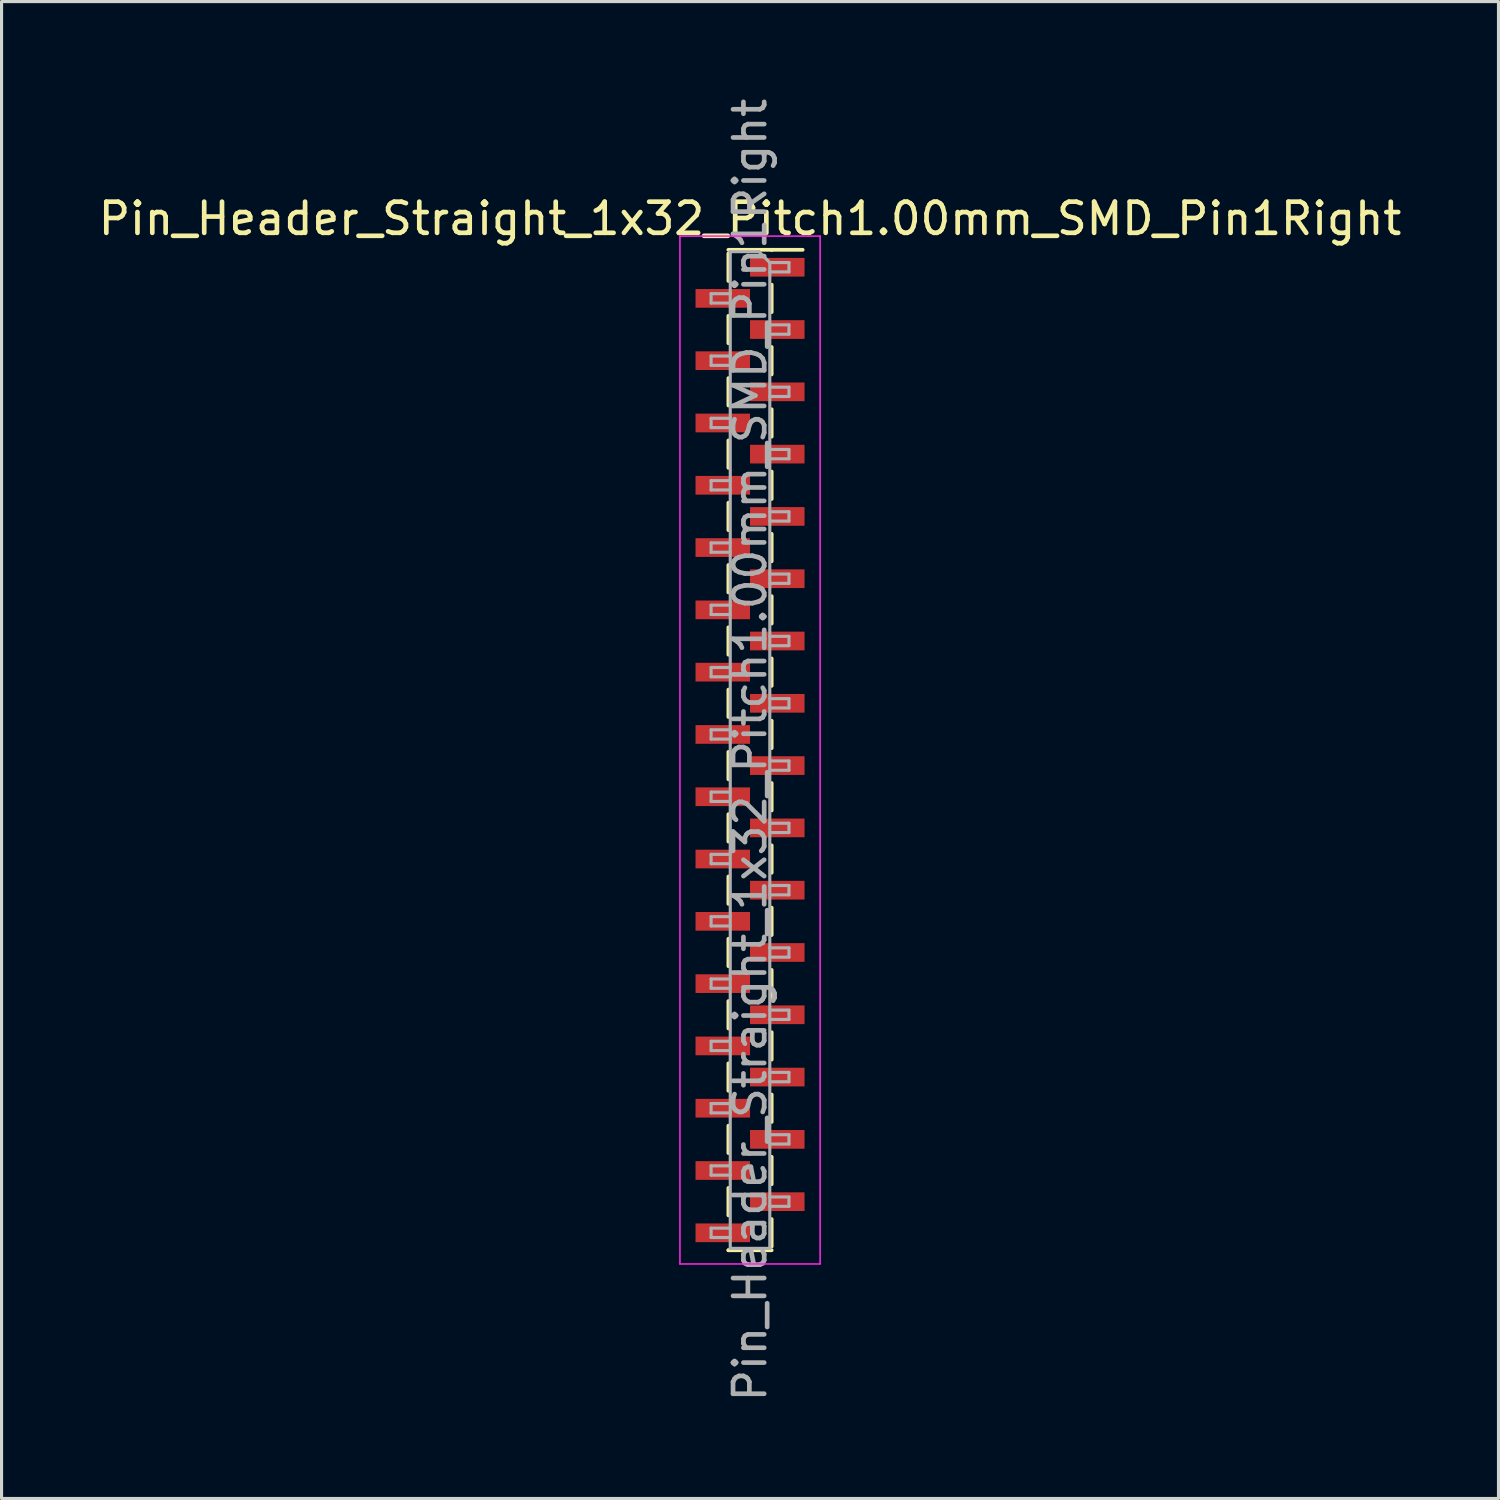
<source format=kicad_pcb>
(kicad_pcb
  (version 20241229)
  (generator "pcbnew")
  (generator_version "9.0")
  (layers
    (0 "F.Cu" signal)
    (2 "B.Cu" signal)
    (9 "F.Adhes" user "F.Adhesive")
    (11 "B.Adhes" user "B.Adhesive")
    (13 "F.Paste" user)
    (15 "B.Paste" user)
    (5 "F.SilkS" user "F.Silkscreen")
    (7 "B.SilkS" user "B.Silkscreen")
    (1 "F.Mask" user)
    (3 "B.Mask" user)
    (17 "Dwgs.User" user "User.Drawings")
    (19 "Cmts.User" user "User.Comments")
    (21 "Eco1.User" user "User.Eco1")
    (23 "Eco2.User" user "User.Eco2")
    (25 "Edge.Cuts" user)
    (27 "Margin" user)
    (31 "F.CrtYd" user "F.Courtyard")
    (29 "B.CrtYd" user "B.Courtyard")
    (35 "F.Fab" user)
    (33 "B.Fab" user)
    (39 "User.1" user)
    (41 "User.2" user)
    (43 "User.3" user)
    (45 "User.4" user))
  (footprint "Pin_Header_Straight_1x32_Pitch1.00mm_SMD_Pin1Right"
    (layer "F.Cu")
    (at 21.03 21.03)
    (property "Reference" "Pin_Header_Straight_1x32_Pitch1.00mm_SMD_Pin1Right" (at 0 -17.06 0) (layer "F.SilkS") (effects (font (size 1 1) (thickness 0.15))))
    (attr smd)
    (fp_line (start -0.695 -16.06) (end 0.695 -16.06) (stroke (width 0.12) (type solid)) (layer "F.SilkS"))
    (fp_line (start -0.695 -15.94) (end -0.695 -15.06) (stroke (width 0.12) (type solid)) (layer "F.SilkS"))
    (fp_line (start -0.695 -13.94) (end -0.695 -13.06) (stroke (width 0.12) (type solid)) (layer "F.SilkS"))
    (fp_line (start -0.695 -11.94) (end -0.695 -11.06) (stroke (width 0.12) (type solid)) (layer "F.SilkS"))
    (fp_line (start -0.695 -9.94) (end -0.695 -9.06) (stroke (width 0.12) (type solid)) (layer "F.SilkS"))
    (fp_line (start -0.695 -7.94) (end -0.695 -7.06) (stroke (width 0.12) (type solid)) (layer "F.SilkS"))
    (fp_line (start -0.695 -5.94) (end -0.695 -5.06) (stroke (width 0.12) (type solid)) (layer "F.SilkS"))
    (fp_line (start -0.695 -3.94) (end -0.695 -3.06) (stroke (width 0.12) (type solid)) (layer "F.SilkS"))
    (fp_line (start -0.695 -1.94) (end -0.695 -1.06) (stroke (width 0.12) (type solid)) (layer "F.SilkS"))
    (fp_line (start -0.695 0.06) (end -0.695 0.94) (stroke (width 0.12) (type solid)) (layer "F.SilkS"))
    (fp_line (start -0.695 2.06) (end -0.695 2.94) (stroke (width 0.12) (type solid)) (layer "F.SilkS"))
    (fp_line (start -0.695 4.06) (end -0.695 4.94) (stroke (width 0.12) (type solid)) (layer "F.SilkS"))
    (fp_line (start -0.695 6.06) (end -0.695 6.94) (stroke (width 0.12) (type solid)) (layer "F.SilkS"))
    (fp_line (start -0.695 8.06) (end -0.695 8.94) (stroke (width 0.12) (type solid)) (layer "F.SilkS"))
    (fp_line (start -0.695 10.06) (end -0.695 10.94) (stroke (width 0.12) (type solid)) (layer "F.SilkS"))
    (fp_line (start -0.695 12.06) (end -0.695 12.94) (stroke (width 0.12) (type solid)) (layer "F.SilkS"))
    (fp_line (start -0.695 14.06) (end -0.695 14.94) (stroke (width 0.12) (type solid)) (layer "F.SilkS"))
    (fp_line (start -0.695 16.06) (end -0.695 16.06) (stroke (width 0.12) (type solid)) (layer "F.SilkS"))
    (fp_line (start -0.695 16.06) (end 0.695 16.06) (stroke (width 0.12) (type solid)) (layer "F.SilkS"))
    (fp_line (start 0.695 -16.06) (end 0.695 -16.06) (stroke (width 0.12) (type solid)) (layer "F.SilkS"))
    (fp_line (start 0.695 -16.06) (end 1.69 -16.06) (stroke (width 0.12) (type solid)) (layer "F.SilkS"))
    (fp_line (start 0.695 -14.94) (end 0.695 -14.06) (stroke (width 0.12) (type solid)) (layer "F.SilkS"))
    (fp_line (start 0.695 -12.94) (end 0.695 -12.06) (stroke (width 0.12) (type solid)) (layer "F.SilkS"))
    (fp_line (start 0.695 -10.94) (end 0.695 -10.06) (stroke (width 0.12) (type solid)) (layer "F.SilkS"))
    (fp_line (start 0.695 -8.94) (end 0.695 -8.06) (stroke (width 0.12) (type solid)) (layer "F.SilkS"))
    (fp_line (start 0.695 -6.94) (end 0.695 -6.06) (stroke (width 0.12) (type solid)) (layer "F.SilkS"))
    (fp_line (start 0.695 -4.94) (end 0.695 -4.06) (stroke (width 0.12) (type solid)) (layer "F.SilkS"))
    (fp_line (start 0.695 -2.94) (end 0.695 -2.06) (stroke (width 0.12) (type solid)) (layer "F.SilkS"))
    (fp_line (start 0.695 -0.94) (end 0.695 -0.06) (stroke (width 0.12) (type solid)) (layer "F.SilkS"))
    (fp_line (start 0.695 1.06) (end 0.695 1.94) (stroke (width 0.12) (type solid)) (layer "F.SilkS"))
    (fp_line (start 0.695 3.06) (end 0.695 3.94) (stroke (width 0.12) (type solid)) (layer "F.SilkS"))
    (fp_line (start 0.695 5.06) (end 0.695 5.94) (stroke (width 0.12) (type solid)) (layer "F.SilkS"))
    (fp_line (start 0.695 7.06) (end 0.695 7.94) (stroke (width 0.12) (type solid)) (layer "F.SilkS"))
    (fp_line (start 0.695 9.06) (end 0.695 9.94) (stroke (width 0.12) (type solid)) (layer "F.SilkS"))
    (fp_line (start 0.695 11.06) (end 0.695 11.94) (stroke (width 0.12) (type solid)) (layer "F.SilkS"))
    (fp_line (start 0.695 13.06) (end 0.695 13.94) (stroke (width 0.12) (type solid)) (layer "F.SilkS"))
    (fp_line (start 0.695 15.06) (end 0.695 15.94) (stroke (width 0.12) (type solid)) (layer "F.SilkS"))
    (fp_line (start -2.25 -16.5) (end -2.25 16.5) (stroke (width 0.05) (type solid)) (layer "F.CrtYd"))
    (fp_line (start -2.25 16.5) (end 2.25 16.5) (stroke (width 0.05) (type solid)) (layer "F.CrtYd"))
    (fp_line (start 2.25 -16.5) (end -2.25 -16.5) (stroke (width 0.05) (type solid)) (layer "F.CrtYd"))
    (fp_line (start 2.25 16.5) (end 2.25 -16.5) (stroke (width 0.05) (type solid)) (layer "F.CrtYd"))
    (fp_line (start -1.25 -14.65) (end -1.25 -14.35) (stroke (width 0.1) (type solid)) (layer "F.Fab"))
    (fp_line (start -1.25 -14.35) (end -0.635 -14.35) (stroke (width 0.1) (type solid)) (layer "F.Fab"))
    (fp_line (start -1.25 -12.65) (end -1.25 -12.35) (stroke (width 0.1) (type solid)) (layer "F.Fab"))
    (fp_line (start -1.25 -12.35) (end -0.635 -12.35) (stroke (width 0.1) (type solid)) (layer "F.Fab"))
    (fp_line (start -1.25 -10.65) (end -1.25 -10.35) (stroke (width 0.1) (type solid)) (layer "F.Fab"))
    (fp_line (start -1.25 -10.35) (end -0.635 -10.35) (stroke (width 0.1) (type solid)) (layer "F.Fab"))
    (fp_line (start -1.25 -8.65) (end -1.25 -8.35) (stroke (width 0.1) (type solid)) (layer "F.Fab"))
    (fp_line (start -1.25 -8.35) (end -0.635 -8.35) (stroke (width 0.1) (type solid)) (layer "F.Fab"))
    (fp_line (start -1.25 -6.65) (end -1.25 -6.35) (stroke (width 0.1) (type solid)) (layer "F.Fab"))
    (fp_line (start -1.25 -6.35) (end -0.635 -6.35) (stroke (width 0.1) (type solid)) (layer "F.Fab"))
    (fp_line (start -1.25 -4.65) (end -1.25 -4.35) (stroke (width 0.1) (type solid)) (layer "F.Fab"))
    (fp_line (start -1.25 -4.35) (end -0.635 -4.35) (stroke (width 0.1) (type solid)) (layer "F.Fab"))
    (fp_line (start -1.25 -2.65) (end -1.25 -2.35) (stroke (width 0.1) (type solid)) (layer "F.Fab"))
    (fp_line (start -1.25 -2.35) (end -0.635 -2.35) (stroke (width 0.1) (type solid)) (layer "F.Fab"))
    (fp_line (start -1.25 -0.65) (end -1.25 -0.35) (stroke (width 0.1) (type solid)) (layer "F.Fab"))
    (fp_line (start -1.25 -0.35) (end -0.635 -0.35) (stroke (width 0.1) (type solid)) (layer "F.Fab"))
    (fp_line (start -1.25 1.35) (end -1.25 1.65) (stroke (width 0.1) (type solid)) (layer "F.Fab"))
    (fp_line (start -1.25 1.65) (end -0.635 1.65) (stroke (width 0.1) (type solid)) (layer "F.Fab"))
    (fp_line (start -1.25 3.35) (end -1.25 3.65) (stroke (width 0.1) (type solid)) (layer "F.Fab"))
    (fp_line (start -1.25 3.65) (end -0.635 3.65) (stroke (width 0.1) (type solid)) (layer "F.Fab"))
    (fp_line (start -1.25 5.35) (end -1.25 5.65) (stroke (width 0.1) (type solid)) (layer "F.Fab"))
    (fp_line (start -1.25 5.65) (end -0.635 5.65) (stroke (width 0.1) (type solid)) (layer "F.Fab"))
    (fp_line (start -1.25 7.35) (end -1.25 7.65) (stroke (width 0.1) (type solid)) (layer "F.Fab"))
    (fp_line (start -1.25 7.65) (end -0.635 7.65) (stroke (width 0.1) (type solid)) (layer "F.Fab"))
    (fp_line (start -1.25 9.35) (end -1.25 9.65) (stroke (width 0.1) (type solid)) (layer "F.Fab"))
    (fp_line (start -1.25 9.65) (end -0.635 9.65) (stroke (width 0.1) (type solid)) (layer "F.Fab"))
    (fp_line (start -1.25 11.35) (end -1.25 11.65) (stroke (width 0.1) (type solid)) (layer "F.Fab"))
    (fp_line (start -1.25 11.65) (end -0.635 11.65) (stroke (width 0.1) (type solid)) (layer "F.Fab"))
    (fp_line (start -1.25 13.35) (end -1.25 13.65) (stroke (width 0.1) (type solid)) (layer "F.Fab"))
    (fp_line (start -1.25 13.65) (end -0.635 13.65) (stroke (width 0.1) (type solid)) (layer "F.Fab"))
    (fp_line (start -1.25 15.35) (end -1.25 15.65) (stroke (width 0.1) (type solid)) (layer "F.Fab"))
    (fp_line (start -1.25 15.65) (end -0.635 15.65) (stroke (width 0.1) (type solid)) (layer "F.Fab"))
    (fp_line (start -0.635 -16) (end -0.635 16) (stroke (width 0.1) (type solid)) (layer "F.Fab"))
    (fp_line (start -0.635 -16) (end 0.285 -16) (stroke (width 0.1) (type solid)) (layer "F.Fab"))
    (fp_line (start -0.635 -14.65) (end -1.25 -14.65) (stroke (width 0.1) (type solid)) (layer "F.Fab"))
    (fp_line (start -0.635 -12.65) (end -1.25 -12.65) (stroke (width 0.1) (type solid)) (layer "F.Fab"))
    (fp_line (start -0.635 -10.65) (end -1.25 -10.65) (stroke (width 0.1) (type solid)) (layer "F.Fab"))
    (fp_line (start -0.635 -8.65) (end -1.25 -8.65) (stroke (width 0.1) (type solid)) (layer "F.Fab"))
    (fp_line (start -0.635 -6.65) (end -1.25 -6.65) (stroke (width 0.1) (type solid)) (layer "F.Fab"))
    (fp_line (start -0.635 -4.65) (end -1.25 -4.65) (stroke (width 0.1) (type solid)) (layer "F.Fab"))
    (fp_line (start -0.635 -2.65) (end -1.25 -2.65) (stroke (width 0.1) (type solid)) (layer "F.Fab"))
    (fp_line (start -0.635 -0.65) (end -1.25 -0.65) (stroke (width 0.1) (type solid)) (layer "F.Fab"))
    (fp_line (start -0.635 1.35) (end -1.25 1.35) (stroke (width 0.1) (type solid)) (layer "F.Fab"))
    (fp_line (start -0.635 3.35) (end -1.25 3.35) (stroke (width 0.1) (type solid)) (layer "F.Fab"))
    (fp_line (start -0.635 5.35) (end -1.25 5.35) (stroke (width 0.1) (type solid)) (layer "F.Fab"))
    (fp_line (start -0.635 7.35) (end -1.25 7.35) (stroke (width 0.1) (type solid)) (layer "F.Fab"))
    (fp_line (start -0.635 9.35) (end -1.25 9.35) (stroke (width 0.1) (type solid)) (layer "F.Fab"))
    (fp_line (start -0.635 11.35) (end -1.25 11.35) (stroke (width 0.1) (type solid)) (layer "F.Fab"))
    (fp_line (start -0.635 13.35) (end -1.25 13.35) (stroke (width 0.1) (type solid)) (layer "F.Fab"))
    (fp_line (start -0.635 15.35) (end -1.25 15.35) (stroke (width 0.1) (type solid)) (layer "F.Fab"))
    (fp_line (start 0.635 -15.65) (end 0.285 -16) (stroke (width 0.1) (type solid)) (layer "F.Fab"))
    (fp_line (start 0.635 -15.65) (end 1.25 -15.65) (stroke (width 0.1) (type solid)) (layer "F.Fab"))
    (fp_line (start 0.635 -13.65) (end 1.25 -13.65) (stroke (width 0.1) (type solid)) (layer "F.Fab"))
    (fp_line (start 0.635 -11.65) (end 1.25 -11.65) (stroke (width 0.1) (type solid)) (layer "F.Fab"))
    (fp_line (start 0.635 -9.65) (end 1.25 -9.65) (stroke (width 0.1) (type solid)) (layer "F.Fab"))
    (fp_line (start 0.635 -7.65) (end 1.25 -7.65) (stroke (width 0.1) (type solid)) (layer "F.Fab"))
    (fp_line (start 0.635 -5.65) (end 1.25 -5.65) (stroke (width 0.1) (type solid)) (layer "F.Fab"))
    (fp_line (start 0.635 -3.65) (end 1.25 -3.65) (stroke (width 0.1) (type solid)) (layer "F.Fab"))
    (fp_line (start 0.635 -1.65) (end 1.25 -1.65) (stroke (width 0.1) (type solid)) (layer "F.Fab"))
    (fp_line (start 0.635 0.35) (end 1.25 0.35) (stroke (width 0.1) (type solid)) (layer "F.Fab"))
    (fp_line (start 0.635 2.35) (end 1.25 2.35) (stroke (width 0.1) (type solid)) (layer "F.Fab"))
    (fp_line (start 0.635 4.35) (end 1.25 4.35) (stroke (width 0.1) (type solid)) (layer "F.Fab"))
    (fp_line (start 0.635 6.35) (end 1.25 6.35) (stroke (width 0.1) (type solid)) (layer "F.Fab"))
    (fp_line (start 0.635 8.35) (end 1.25 8.35) (stroke (width 0.1) (type solid)) (layer "F.Fab"))
    (fp_line (start 0.635 10.35) (end 1.25 10.35) (stroke (width 0.1) (type solid)) (layer "F.Fab"))
    (fp_line (start 0.635 12.35) (end 1.25 12.35) (stroke (width 0.1) (type solid)) (layer "F.Fab"))
    (fp_line (start 0.635 14.35) (end 1.25 14.35) (stroke (width 0.1) (type solid)) (layer "F.Fab"))
    (fp_line (start 0.635 16) (end -0.635 16) (stroke (width 0.1) (type solid)) (layer "F.Fab"))
    (fp_line (start 0.635 16) (end 0.635 -15.65) (stroke (width 0.1) (type solid)) (layer "F.Fab"))
    (fp_line (start 1.25 -15.65) (end 1.25 -15.35) (stroke (width 0.1) (type solid)) (layer "F.Fab"))
    (fp_line (start 1.25 -15.35) (end 0.635 -15.35) (stroke (width 0.1) (type solid)) (layer "F.Fab"))
    (fp_line (start 1.25 -13.65) (end 1.25 -13.35) (stroke (width 0.1) (type solid)) (layer "F.Fab"))
    (fp_line (start 1.25 -13.35) (end 0.635 -13.35) (stroke (width 0.1) (type solid)) (layer "F.Fab"))
    (fp_line (start 1.25 -11.65) (end 1.25 -11.35) (stroke (width 0.1) (type solid)) (layer "F.Fab"))
    (fp_line (start 1.25 -11.35) (end 0.635 -11.35) (stroke (width 0.1) (type solid)) (layer "F.Fab"))
    (fp_line (start 1.25 -9.65) (end 1.25 -9.35) (stroke (width 0.1) (type solid)) (layer "F.Fab"))
    (fp_line (start 1.25 -9.35) (end 0.635 -9.35) (stroke (width 0.1) (type solid)) (layer "F.Fab"))
    (fp_line (start 1.25 -7.65) (end 1.25 -7.35) (stroke (width 0.1) (type solid)) (layer "F.Fab"))
    (fp_line (start 1.25 -7.35) (end 0.635 -7.35) (stroke (width 0.1) (type solid)) (layer "F.Fab"))
    (fp_line (start 1.25 -5.65) (end 1.25 -5.35) (stroke (width 0.1) (type solid)) (layer "F.Fab"))
    (fp_line (start 1.25 -5.35) (end 0.635 -5.35) (stroke (width 0.1) (type solid)) (layer "F.Fab"))
    (fp_line (start 1.25 -3.65) (end 1.25 -3.35) (stroke (width 0.1) (type solid)) (layer "F.Fab"))
    (fp_line (start 1.25 -3.35) (end 0.635 -3.35) (stroke (width 0.1) (type solid)) (layer "F.Fab"))
    (fp_line (start 1.25 -1.65) (end 1.25 -1.35) (stroke (width 0.1) (type solid)) (layer "F.Fab"))
    (fp_line (start 1.25 -1.35) (end 0.635 -1.35) (stroke (width 0.1) (type solid)) (layer "F.Fab"))
    (fp_line (start 1.25 0.35) (end 1.25 0.65) (stroke (width 0.1) (type solid)) (layer "F.Fab"))
    (fp_line (start 1.25 0.65) (end 0.635 0.65) (stroke (width 0.1) (type solid)) (layer "F.Fab"))
    (fp_line (start 1.25 2.35) (end 1.25 2.65) (stroke (width 0.1) (type solid)) (layer "F.Fab"))
    (fp_line (start 1.25 2.65) (end 0.635 2.65) (stroke (width 0.1) (type solid)) (layer "F.Fab"))
    (fp_line (start 1.25 4.35) (end 1.25 4.65) (stroke (width 0.1) (type solid)) (layer "F.Fab"))
    (fp_line (start 1.25 4.65) (end 0.635 4.65) (stroke (width 0.1) (type solid)) (layer "F.Fab"))
    (fp_line (start 1.25 6.35) (end 1.25 6.65) (stroke (width 0.1) (type solid)) (layer "F.Fab"))
    (fp_line (start 1.25 6.65) (end 0.635 6.65) (stroke (width 0.1) (type solid)) (layer "F.Fab"))
    (fp_line (start 1.25 8.35) (end 1.25 8.65) (stroke (width 0.1) (type solid)) (layer "F.Fab"))
    (fp_line (start 1.25 8.65) (end 0.635 8.65) (stroke (width 0.1) (type solid)) (layer "F.Fab"))
    (fp_line (start 1.25 10.35) (end 1.25 10.65) (stroke (width 0.1) (type solid)) (layer "F.Fab"))
    (fp_line (start 1.25 10.65) (end 0.635 10.65) (stroke (width 0.1) (type solid)) (layer "F.Fab"))
    (fp_line (start 1.25 12.35) (end 1.25 12.65) (stroke (width 0.1) (type solid)) (layer "F.Fab"))
    (fp_line (start 1.25 12.65) (end 0.635 12.65) (stroke (width 0.1) (type solid)) (layer "F.Fab"))
    (fp_line (start 1.25 14.35) (end 1.25 14.65) (stroke (width 0.1) (type solid)) (layer "F.Fab"))
    (fp_line (start 1.25 14.65) (end 0.635 14.65) (stroke (width 0.1) (type solid)) (layer "F.Fab"))
    (fp_text user "${REFERENCE}" (at 0 0 90) (layer "F.Fab") (effects (font (size 1 1) (thickness 0.15))))
    (pad "1" smd rect (at 0.875 -15.5) (size 1.75 0.6) (layers "F.Cu" "F.Mask" "F.Paste"))
    (pad "2" smd rect (at -0.875 -14.5) (size 1.75 0.6) (layers "F.Cu" "F.Mask" "F.Paste"))
    (pad "3" smd rect (at 0.875 -13.5) (size 1.75 0.6) (layers "F.Cu" "F.Mask" "F.Paste"))
    (pad "4" smd rect (at -0.875 -12.5) (size 1.75 0.6) (layers "F.Cu" "F.Mask" "F.Paste"))
    (pad "5" smd rect (at 0.875 -11.5) (size 1.75 0.6) (layers "F.Cu" "F.Mask" "F.Paste"))
    (pad "6" smd rect (at -0.875 -10.5) (size 1.75 0.6) (layers "F.Cu" "F.Mask" "F.Paste"))
    (pad "7" smd rect (at 0.875 -9.5) (size 1.75 0.6) (layers "F.Cu" "F.Mask" "F.Paste"))
    (pad "8" smd rect (at -0.875 -8.5) (size 1.75 0.6) (layers "F.Cu" "F.Mask" "F.Paste"))
    (pad "9" smd rect (at 0.875 -7.5) (size 1.75 0.6) (layers "F.Cu" "F.Mask" "F.Paste"))
    (pad "10" smd rect (at -0.875 -6.5) (size 1.75 0.6) (layers "F.Cu" "F.Mask" "F.Paste"))
    (pad "11" smd rect (at 0.875 -5.5) (size 1.75 0.6) (layers "F.Cu" "F.Mask" "F.Paste"))
    (pad "12" smd rect (at -0.875 -4.5) (size 1.75 0.6) (layers "F.Cu" "F.Mask" "F.Paste"))
    (pad "13" smd rect (at 0.875 -3.5) (size 1.75 0.6) (layers "F.Cu" "F.Mask" "F.Paste"))
    (pad "14" smd rect (at -0.875 -2.5) (size 1.75 0.6) (layers "F.Cu" "F.Mask" "F.Paste"))
    (pad "15" smd rect (at 0.875 -1.5) (size 1.75 0.6) (layers "F.Cu" "F.Mask" "F.Paste"))
    (pad "16" smd rect (at -0.875 -0.5) (size 1.75 0.6) (layers "F.Cu" "F.Mask" "F.Paste"))
    (pad "17" smd rect (at 0.875 0.5) (size 1.75 0.6) (layers "F.Cu" "F.Mask" "F.Paste"))
    (pad "18" smd rect (at -0.875 1.5) (size 1.75 0.6) (layers "F.Cu" "F.Mask" "F.Paste"))
    (pad "19" smd rect (at 0.875 2.5) (size 1.75 0.6) (layers "F.Cu" "F.Mask" "F.Paste"))
    (pad "20" smd rect (at -0.875 3.5) (size 1.75 0.6) (layers "F.Cu" "F.Mask" "F.Paste"))
    (pad "21" smd rect (at 0.875 4.5) (size 1.75 0.6) (layers "F.Cu" "F.Mask" "F.Paste"))
    (pad "22" smd rect (at -0.875 5.5) (size 1.75 0.6) (layers "F.Cu" "F.Mask" "F.Paste"))
    (pad "23" smd rect (at 0.875 6.5) (size 1.75 0.6) (layers "F.Cu" "F.Mask" "F.Paste"))
    (pad "24" smd rect (at -0.875 7.5) (size 1.75 0.6) (layers "F.Cu" "F.Mask" "F.Paste"))
    (pad "25" smd rect (at 0.875 8.5) (size 1.75 0.6) (layers "F.Cu" "F.Mask" "F.Paste"))
    (pad "26" smd rect (at -0.875 9.5) (size 1.75 0.6) (layers "F.Cu" "F.Mask" "F.Paste"))
    (pad "27" smd rect (at 0.875 10.5) (size 1.75 0.6) (layers "F.Cu" "F.Mask" "F.Paste"))
    (pad "28" smd rect (at -0.875 11.5) (size 1.75 0.6) (layers "F.Cu" "F.Mask" "F.Paste"))
    (pad "29" smd rect (at 0.875 12.5) (size 1.75 0.6) (layers "F.Cu" "F.Mask" "F.Paste"))
    (pad "30" smd rect (at -0.875 13.5) (size 1.75 0.6) (layers "F.Cu" "F.Mask" "F.Paste"))
    (pad "31" smd rect (at 0.875 14.5) (size 1.75 0.6) (layers "F.Cu" "F.Mask" "F.Paste"))
    (pad "32" smd rect (at -0.875 15.5) (size 1.75 0.6) (layers "F.Cu" "F.Mask" "F.Paste")))
  (gr_rect
    (start -3 -3)
    (end 45.06 45.06)
    (stroke (width 0.1) (type default))
    (fill no)
    (layer "Edge.Cuts")))
</source>
